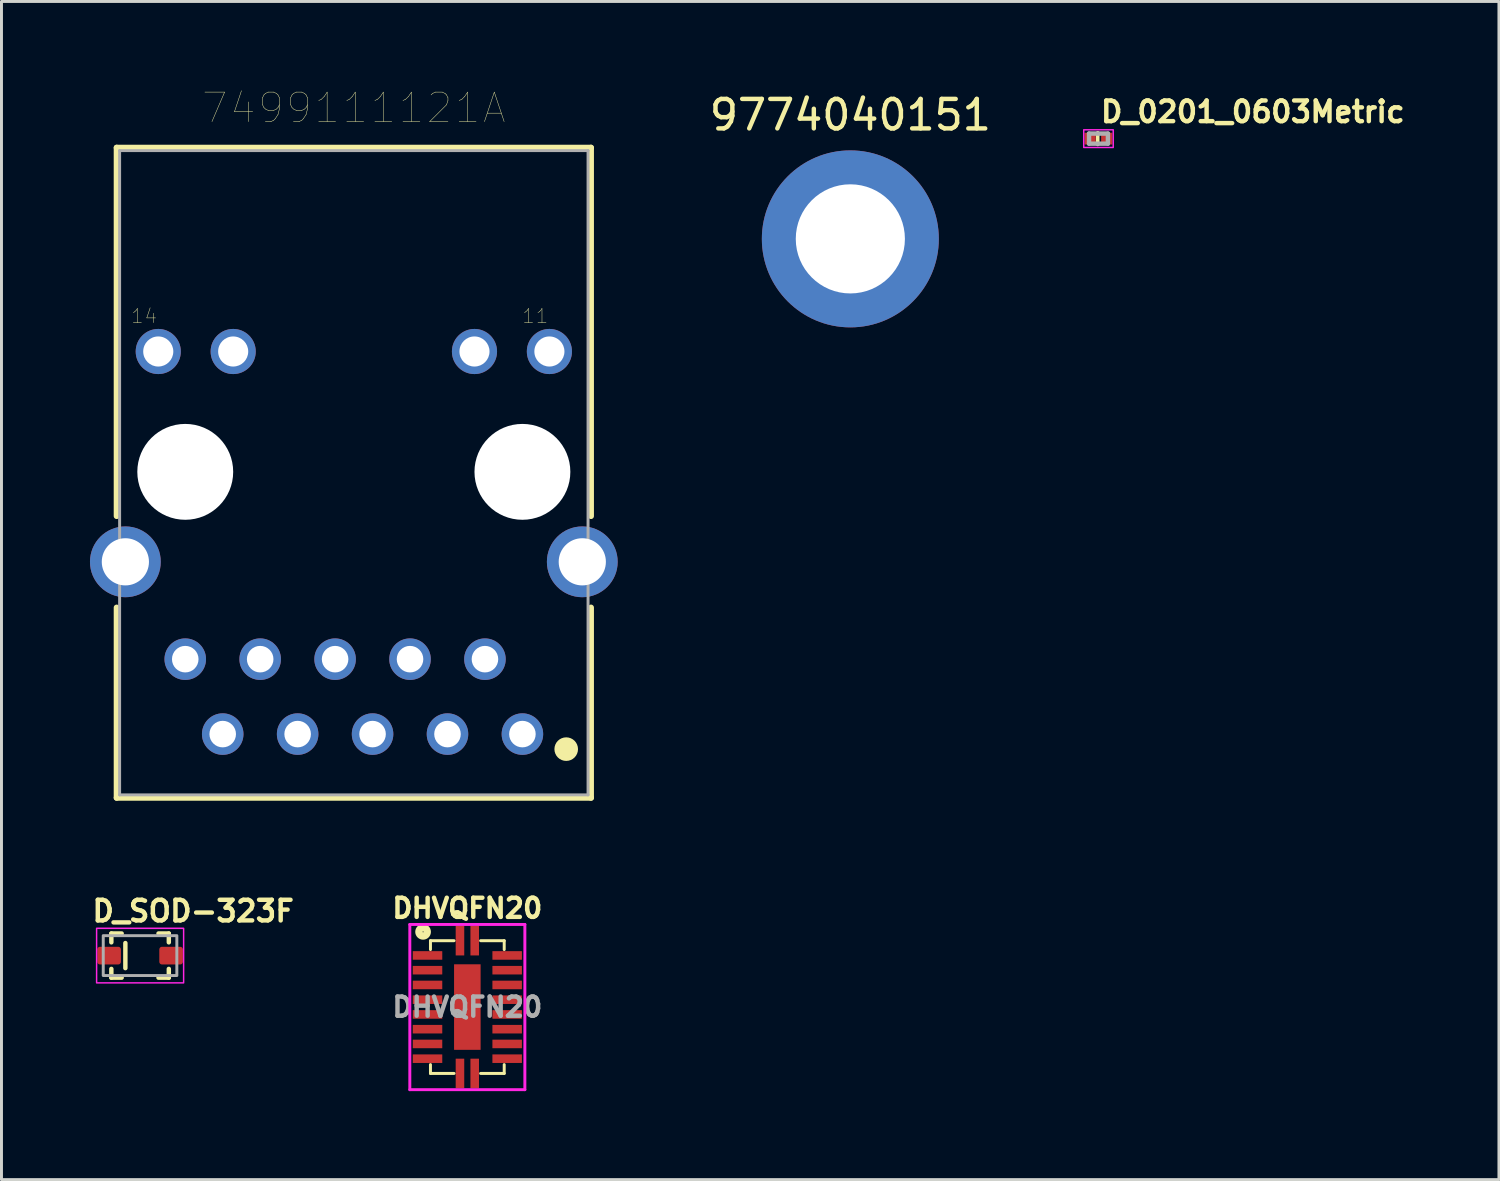
<source format=kicad_pcb>
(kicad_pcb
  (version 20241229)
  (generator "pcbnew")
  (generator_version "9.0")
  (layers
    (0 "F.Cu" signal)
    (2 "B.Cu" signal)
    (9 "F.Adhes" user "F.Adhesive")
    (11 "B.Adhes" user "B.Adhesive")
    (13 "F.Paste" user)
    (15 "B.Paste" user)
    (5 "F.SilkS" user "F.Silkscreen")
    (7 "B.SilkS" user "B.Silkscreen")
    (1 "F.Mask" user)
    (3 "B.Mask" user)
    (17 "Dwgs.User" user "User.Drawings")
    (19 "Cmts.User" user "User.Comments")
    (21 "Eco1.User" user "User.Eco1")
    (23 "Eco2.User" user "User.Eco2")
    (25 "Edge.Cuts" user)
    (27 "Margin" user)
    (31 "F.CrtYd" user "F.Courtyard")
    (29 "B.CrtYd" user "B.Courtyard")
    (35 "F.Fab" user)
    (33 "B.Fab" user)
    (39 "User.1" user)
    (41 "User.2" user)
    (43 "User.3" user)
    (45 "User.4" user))
  (footprint "7499111121A"
    (layer "F.Cu")
    (at 8.945 12.946)
    (property "Reference" "7499111121A" (at 0 -12.335 0) (layer "F.SilkS") (effects (font (size 1 1) (thickness 0.015))))
    (attr through_hole)
    (fp_line (start -8.04 1.5) (end -8.04 -10.99) (stroke (width 0.2) (type solid)) (layer "F.SilkS"))
    (fp_line (start -8.04 4.6) (end -8.04 11.05) (stroke (width 0.2) (type solid)) (layer "F.SilkS"))
    (fp_line (start -8.04 11.05) (end 8.04 11.05) (stroke (width 0.2) (type solid)) (layer "F.SilkS"))
    (fp_line (start 8.04 -10.99) (end -8.04 -10.99) (stroke (width 0.2) (type solid)) (layer "F.SilkS"))
    (fp_line (start 8.04 -10.99) (end 8.04 1.5) (stroke (width 0.2) (type solid)) (layer "F.SilkS"))
    (fp_line (start 8.04 4.6) (end 8.04 11.05) (stroke (width 0.2) (type solid)) (layer "F.SilkS"))
    (fp_circle (center 7.2 9.4) (end 7.4 9.4) (stroke (width 0.4) (type solid)) (fill no) (layer "F.SilkS"))
    (fp_line (start -7.94 -10.89) (end -7.94 10.95) (stroke (width 0.1) (type solid)) (layer "F.Fab"))
    (fp_line (start -7.94 10.95) (end 7.94 10.95) (stroke (width 0.1) (type solid)) (layer "F.Fab"))
    (fp_line (start 7.94 -10.89) (end -7.94 -10.89) (stroke (width 0.1) (type solid)) (layer "F.Fab"))
    (fp_line (start 7.94 10.95) (end 7.94 -10.89) (stroke (width 0.1) (type solid)) (layer "F.Fab"))
    (fp_text user "11" (at 6.15 -5.28 0) (layer "F.SilkS") (effects (font (size 0.48 0.48) (thickness 0.015))))
    (fp_text user "14" (at -7.11 -5.28 0) (layer "F.SilkS") (effects (font (size 0.48 0.48) (thickness 0.015))))
    (pad "" np_thru_hole circle (at -5.715 0) (size 3.25 3.25) (drill 3.25) (layers "*.Cu" "*.Mask"))
    (pad "" np_thru_hole circle (at 5.715 0) (size 3.25 3.25) (drill 3.25) (layers "*.Cu" "*.Mask"))
    (pad "1" thru_hole circle (at 5.715 8.89) (size 1.408 1.408) (drill 0.9) (layers "*.Cu" "*.Mask"))
    (pad "2" thru_hole circle (at 4.445 6.35) (size 1.408 1.408) (drill 0.9) (layers "*.Cu" "*.Mask"))
    (pad "3" thru_hole circle (at 3.175 8.89) (size 1.408 1.408) (drill 0.9) (layers "*.Cu" "*.Mask"))
    (pad "4" thru_hole circle (at 1.905 6.35) (size 1.408 1.408) (drill 0.9) (layers "*.Cu" "*.Mask"))
    (pad "5" thru_hole circle (at 0.635 8.89) (size 1.408 1.408) (drill 0.9) (layers "*.Cu" "*.Mask"))
    (pad "6" thru_hole circle (at -0.635 6.35) (size 1.408 1.408) (drill 0.9) (layers "*.Cu" "*.Mask"))
    (pad "7" thru_hole circle (at -1.905 8.89) (size 1.408 1.408) (drill 0.9) (layers "*.Cu" "*.Mask"))
    (pad "8" thru_hole circle (at -3.175 6.35) (size 1.408 1.408) (drill 0.9) (layers "*.Cu" "*.Mask"))
    (pad "9" thru_hole circle (at -4.445 8.89) (size 1.408 1.408) (drill 0.9) (layers "*.Cu" "*.Mask"))
    (pad "10" thru_hole circle (at -5.715 6.35) (size 1.408 1.408) (drill 0.9) (layers "*.Cu" "*.Mask"))
    (pad "11" thru_hole circle (at 6.63 -4.08) (size 1.53 1.53) (drill 1.02) (layers "*.Cu" "*.Mask"))
    (pad "12" thru_hole circle (at 4.09 -4.08) (size 1.53 1.53) (drill 1.02) (layers "*.Cu" "*.Mask"))
    (pad "13" thru_hole circle (at -4.09 -4.08) (size 1.53 1.53) (drill 1.02) (layers "*.Cu" "*.Mask"))
    (pad "14" thru_hole circle (at -6.63 -4.08) (size 1.53 1.53) (drill 1.02) (layers "*.Cu" "*.Mask"))
    (pad "Z1" thru_hole circle (at -7.745 3.05) (size 2.4 2.4) (drill 1.6) (layers "*.Cu" "*.Mask"))
    (pad "Z2" thru_hole circle (at 7.745 3.05) (size 2.4 2.4) (drill 1.6) (layers "*.Cu" "*.Mask")))
  (footprint "D_SOD-323F"
    (layer "F.Cu")
    (at 1.7 29.345)
    (property "Reference" "D_SOD-323F" (at -1.7 -1.099 0) (layer "F.SilkS") (effects (font (size 0.7 0.7) (thickness 0.15)) (justify left bottom)))
    (attr smd)
    (fp_line (start -0.975 -0.749) (end -0.975 -0.449) (stroke (width 0.15) (type solid)) (layer "F.SilkS"))
    (fp_line (start -0.975 0.749) (end -0.975 0.451) (stroke (width 0.15) (type solid)) (layer "F.SilkS"))
    (fp_line (start -0.625 -0.749) (end -0.975 -0.749) (stroke (width 0.15) (type solid)) (layer "F.SilkS"))
    (fp_line (start -0.625 0.749) (end -0.975 0.749) (stroke (width 0.15) (type solid)) (layer "F.SilkS"))
    (fp_line (start -0.5 -0.425) (end -0.5 0.425) (stroke (width 0.15) (type solid)) (layer "F.SilkS"))
    (fp_line (start 0.623 -0.749) (end 0.973 -0.749) (stroke (width 0.15) (type solid)) (layer "F.SilkS"))
    (fp_line (start 0.973 -0.749) (end 0.973 -0.449) (stroke (width 0.15) (type solid)) (layer "F.SilkS"))
    (fp_line (start 0.973 0.451) (end 0.973 0.749) (stroke (width 0.15) (type solid)) (layer "F.SilkS"))
    (fp_line (start 0.973 0.749) (end 0.623 0.749) (stroke (width 0.15) (type solid)) (layer "F.SilkS"))
    (fp_rect (start -1.475 -0.925) (end 1.475 0.925) (stroke (width 0.05) (type solid)) (fill no) (layer "F.CrtYd"))
    (fp_rect (start -1.25 -0.676) (end 1.245 0.676) (stroke (width 0.1) (type solid)) (fill no) (layer "F.Fab"))
    (fp_rect (start -0.864 -0.676) (end 0.86 0.676) (stroke (width 0.1) (type solid)) (fill no) (layer "User.5"))
    (fp_line (start -1.25 -0.201) (end -1.25 0.201) (stroke (width 0.02) (type solid)) (layer "User.9"))
    (fp_line (start -1.25 0.201) (end -0.902 0.201) (stroke (width 0.02) (type solid)) (layer "User.9"))
    (fp_line (start -0.902 -0.676) (end 0.9 -0.676) (stroke (width 0.02) (type solid)) (layer "User.9"))
    (fp_line (start -0.902 -0.201) (end -1.25 -0.201) (stroke (width 0.02) (type solid)) (layer "User.9"))
    (fp_line (start -0.902 -0.201) (end -0.902 -0.676) (stroke (width 0.02) (type solid)) (layer "User.9"))
    (fp_line (start -0.902 0.201) (end -0.902 -0.201) (stroke (width 0.02) (type solid)) (layer "User.9"))
    (fp_line (start -0.902 0.676) (end -0.902 0.201) (stroke (width 0.02) (type solid)) (layer "User.9"))
    (fp_line (start -0.823 -0.6) (end -0.902 -0.676) (stroke (width 0.02) (type solid)) (layer "User.9"))
    (fp_line (start -0.823 -0.6) (end -0.778 -0.552) (stroke (width 0.02) (type solid)) (layer "User.9"))
    (fp_line (start -0.823 0.6) (end -0.902 0.676) (stroke (width 0.02) (type solid)) (layer "User.9"))
    (fp_line (start -0.823 0.6) (end -0.778 0.552) (stroke (width 0.02) (type solid)) (layer "User.9"))
    (fp_line (start -0.75 -0.438) (end -0.75 0.438) (stroke (width 0.02) (type solid)) (layer "User.9"))
    (fp_line (start -0.75 0.438) (end -0.6 0.438) (stroke (width 0.02) (type solid)) (layer "User.9"))
    (fp_line (start -0.6 -0.438) (end -0.75 -0.438) (stroke (width 0.02) (type solid)) (layer "User.9"))
    (fp_line (start -0.6 0.438) (end -0.6 -0.438) (stroke (width 0.02) (type solid)) (layer "User.9"))
    (fp_line (start 0.776 -0.552) (end 0.821 -0.6) (stroke (width 0.02) (type solid)) (layer "User.9"))
    (fp_line (start 0.776 0.552) (end 0.821 0.6) (stroke (width 0.02) (type solid)) (layer "User.9"))
    (fp_line (start 0.9 -0.676) (end 0.821 -0.6) (stroke (width 0.02) (type solid)) (layer "User.9"))
    (fp_line (start 0.9 -0.676) (end 0.9 -0.201) (stroke (width 0.02) (type solid)) (layer "User.9"))
    (fp_line (start 0.9 -0.201) (end 0.9 0.201) (stroke (width 0.02) (type solid)) (layer "User.9"))
    (fp_line (start 0.9 0.201) (end 0.9 0.676) (stroke (width 0.02) (type solid)) (layer "User.9"))
    (fp_line (start 0.9 0.201) (end 1.249 0.201) (stroke (width 0.02) (type solid)) (layer "User.9"))
    (fp_line (start 0.9 0.676) (end -0.902 0.676) (stroke (width 0.02) (type solid)) (layer "User.9"))
    (fp_line (start 0.9 0.676) (end 0.821 0.6) (stroke (width 0.02) (type solid)) (layer "User.9"))
    (fp_line (start 1.249 -0.201) (end 0.9 -0.201) (stroke (width 0.02) (type solid)) (layer "User.9"))
    (fp_line (start 1.249 0.201) (end 1.249 -0.201) (stroke (width 0.02) (type solid)) (layer "User.9"))
    (pad "A" smd roundrect (at 1.05 0.001) (size 0.8 0.6) (layers "F.Cu" "F.Mask" "F.Paste") (roundrect_rratio 0.15))
    (pad "K" smd roundrect (at -1.051 0.001) (size 0.8 0.6) (layers "F.Cu" "F.Mask" "F.Paste") (roundrect_rratio 0.15)))
  (footprint "D_0201_0603Metric"
    (layer "F.Cu")
    (at 34.189 1.65)
    (property "Reference" "D_0201_0603Metric" (at 0 -0.5 0) (layer "F.SilkS") (effects (font (size 0.7 0.7) (thickness 0.15)) (justify left bottom)))
    (attr smd)
    (fp_line (start -0.025 -0.201) (end -0.025 0.199) (stroke (width 0.12) (type solid)) (layer "F.SilkS"))
    (fp_rect (start -0.5 -0.3) (end 0.5 0.3) (stroke (width 0.05) (type solid)) (fill no) (layer "F.CrtYd"))
    (fp_line (start -0.32 -0.172) (end -0.32 0.17) (stroke (width 0.15) (type solid)) (layer "F.Fab"))
    (fp_line (start -0.32 -0.172) (end 0.32 -0.172) (stroke (width 0.15) (type solid)) (layer "F.Fab"))
    (fp_line (start -0.32 0.17) (end 0.32 0.17) (stroke (width 0.15) (type solid)) (layer "F.Fab"))
    (fp_line (start 0.32 -0.172) (end 0.32 0.17) (stroke (width 0.15) (type solid)) (layer "F.Fab"))
    (fp_rect (start -0.3 -0.15) (end 0.298 0.148) (stroke (width 0.1) (type solid)) (fill no) (layer "User.5"))
    (fp_line (start -0.3 -0.15) (end -0.3 0.148) (stroke (width 0.02) (type solid)) (layer "User.9"))
    (fp_line (start -0.3 0.148) (end -0.14 0.148) (stroke (width 0.02) (type solid)) (layer "User.9"))
    (fp_line (start -0.14 -0.15) (end -0.3 -0.15) (stroke (width 0.02) (type solid)) (layer "User.9"))
    (fp_line (start -0.14 0.148) (end -0.14 -0.15) (stroke (width 0.02) (type solid)) (layer "User.9"))
    (fp_line (start -0.14 0.148) (end -0.14 -0.15) (stroke (width 0.02) (type solid)) (layer "User.9"))
    (fp_line (start 0.298 -0.15) (end -0.14 -0.15) (stroke (width 0.02) (type solid)) (layer "User.9"))
    (fp_line (start 0.298 0.148) (end -0.14 0.148) (stroke (width 0.02) (type solid)) (layer "User.9"))
    (fp_line (start 0.298 0.148) (end 0.298 -0.15) (stroke (width 0.02) (type solid)) (layer "User.9"))
    (pad "1" smd roundrect (at -0.282 0) (size 0.38 0.4) (layers "F.Cu" "F.Mask" "F.Paste") (roundrect_rratio 0.05))
    (pad "2" smd rect (at 0.28 0) (size 0.38 0.4) (layers "F.Cu" "F.Mask" "F.Paste")))
  (footprint "9774040151"
    (layer "F.Cu")
    (at 25.777 5.048)
    (property "Reference" "9774040151" (at 0 -4.2 0) (layer "F.SilkS") (effects (font (size 1 1) (thickness 0.15))))
    (attr through_hole)
    (fp_circle (center 0 0) (end 2.5 0) (stroke (width 1) (type solid)) (fill no) (layer "F.Paste"))
    (pad "1" thru_hole circle (at 0 0) (size 6 6) (drill 3.7) (layers "*.Cu" "*.Mask")))
  (footprint "DHVQFN20"
    (layer "F.Cu")
    (at 12.793 31.09)
    (property "Reference" "DHVQFN20" (at 0 -3.35 0) (layer "F.SilkS") (effects (font (size 0.65 0.65) (thickness 0.15))))
    (attr smd)
    (fp_line (start -1.25 -2.25) (end -1.25 -1.95) (stroke (width 0.1) (type solid)) (layer "F.SilkS"))
    (fp_line (start -1.25 -2.25) (end -0.45 -2.25) (stroke (width 0.1) (type solid)) (layer "F.SilkS"))
    (fp_line (start -1.25 2.25) (end -1.25 1.95) (stroke (width 0.1) (type solid)) (layer "F.SilkS"))
    (fp_line (start -1.25 2.25) (end -0.45 2.25) (stroke (width 0.1) (type solid)) (layer "F.SilkS"))
    (fp_line (start 1.25 -2.25) (end 0.45 -2.25) (stroke (width 0.1) (type solid)) (layer "F.SilkS"))
    (fp_line (start 1.25 -2.25) (end 1.25 -1.95) (stroke (width 0.1) (type solid)) (layer "F.SilkS"))
    (fp_line (start 1.25 2.25) (end 0.45 2.25) (stroke (width 0.1) (type solid)) (layer "F.SilkS"))
    (fp_line (start 1.25 2.25) (end 1.25 1.95) (stroke (width 0.1) (type solid)) (layer "F.SilkS"))
    (fp_circle (center -1.5 -2.55) (end -1.359 -2.55) (stroke (width 0.25) (type solid)) (fill no) (layer "F.SilkS"))
    (fp_poly (pts (xy -0.2 0.2) (xy 0.2 0.2) (xy 0.2 0.85) (xy -0.2 0.85)) (stroke (width 0.01) (type solid)) (fill yes) (layer "F.Paste"))
    (fp_poly (pts (xy 0.2 -0.2) (xy -0.2 -0.2) (xy -0.2 -0.85) (xy 0.2 -0.85)) (stroke (width 0.01) (type solid)) (fill yes) (layer "F.Paste"))
    (fp_line (start -1.95 -2.8) (end 1.95 -2.8) (stroke (width 0.1) (type solid)) (layer "F.CrtYd"))
    (fp_line (start -1.95 2.8) (end -1.95 -2.8) (stroke (width 0.1) (type solid)) (layer "F.CrtYd"))
    (fp_line (start 1.95 2.8) (end -1.95 2.8) (stroke (width 0.1) (type solid)) (layer "F.CrtYd"))
    (fp_line (start 1.95 2.8) (end 1.95 -2.8) (stroke (width 0.1) (type solid)) (layer "F.CrtYd"))
    (fp_text user "${REFERENCE}" (at 0 0 0) (layer "F.Fab") (effects (font (size 0.65 0.65) (thickness 0.15))))
    (pad "1" smd rect (at -0.25 -2.25) (size 0.29 1) (layers "F.Cu" "F.Mask" "F.Paste"))
    (pad "2" smd rect (at -1.35 -1.75 90) (size 0.29 1) (layers "F.Cu" "F.Mask" "F.Paste"))
    (pad "3" smd rect (at -1.35 -1.25 90) (size 0.29 1) (layers "F.Cu" "F.Mask" "F.Paste"))
    (pad "4" smd rect (at -1.35 -0.75 90) (size 0.29 1) (layers "F.Cu" "F.Mask" "F.Paste"))
    (pad "5" smd rect (at -1.35 -0.25 90) (size 0.29 1) (layers "F.Cu" "F.Mask" "F.Paste"))
    (pad "6" smd rect (at -1.35 0.25 90) (size 0.29 1) (layers "F.Cu" "F.Mask" "F.Paste"))
    (pad "7" smd rect (at -1.35 0.75 90) (size 0.29 1) (layers "F.Cu" "F.Mask" "F.Paste"))
    (pad "8" smd rect (at -1.35 1.25 90) (size 0.29 1) (layers "F.Cu" "F.Mask" "F.Paste"))
    (pad "9" smd rect (at -1.35 1.75 90) (size 0.29 1) (layers "F.Cu" "F.Mask" "F.Paste"))
    (pad "10" smd rect (at -0.25 2.25) (size 0.29 1) (layers "F.Cu" "F.Mask" "F.Paste"))
    (pad "11" smd rect (at 0.25 2.25) (size 0.29 1) (layers "F.Cu" "F.Mask" "F.Paste"))
    (pad "12" smd rect (at 1.35 1.75 90) (size 0.29 1) (layers "F.Cu" "F.Mask" "F.Paste"))
    (pad "13" smd rect (at 1.35 1.25 90) (size 0.29 1) (layers "F.Cu" "F.Mask" "F.Paste"))
    (pad "14" smd rect (at 1.35 0.75 90) (size 0.29 1) (layers "F.Cu" "F.Mask" "F.Paste"))
    (pad "15" smd rect (at 1.35 0.25 90) (size 0.29 1) (layers "F.Cu" "F.Mask" "F.Paste"))
    (pad "16" smd rect (at 1.35 -0.25 90) (size 0.29 1) (layers "F.Cu" "F.Mask" "F.Paste"))
    (pad "17" smd rect (at 1.35 -0.75 90) (size 0.29 1) (layers "F.Cu" "F.Mask" "F.Paste"))
    (pad "18" smd rect (at 1.35 -1.25 90) (size 0.29 1) (layers "F.Cu" "F.Mask" "F.Paste"))
    (pad "19" smd rect (at 1.35 -1.75 90) (size 0.29 1) (layers "F.Cu" "F.Mask" "F.Paste"))
    (pad "20" smd rect (at 0.25 -2.25) (size 0.29 1) (layers "F.Cu" "F.Mask" "F.Paste"))
    (pad "21" smd rect (at 0 0 180) (size 0.9 2.9) (layers "F.Cu" "F.Mask" "F.Paste")))
  (gr_rect
    (start -3 -3)
    (end 47.765 36.94)
    (stroke (width 0.1) (type default))
    (fill no)
    (layer "Edge.Cuts")))
</source>
